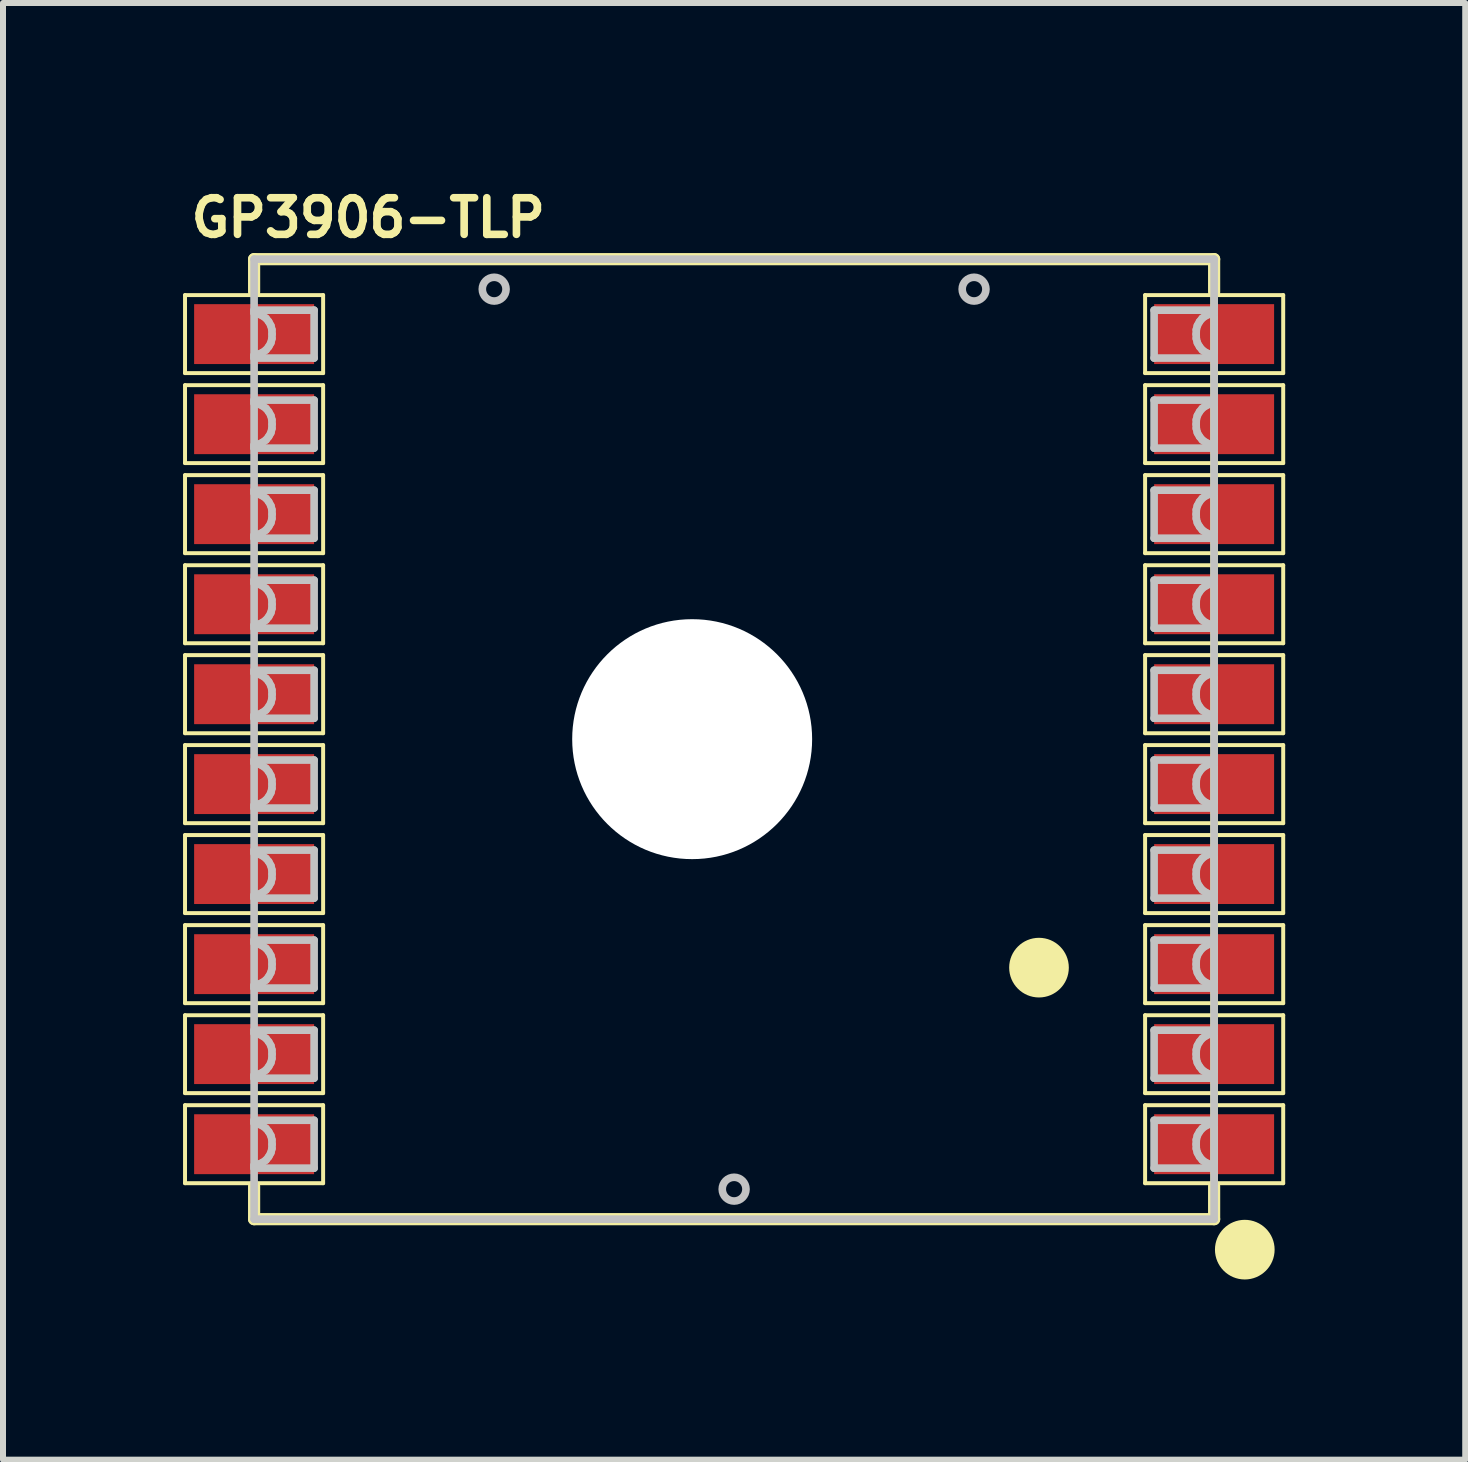
<source format=kicad_pcb>
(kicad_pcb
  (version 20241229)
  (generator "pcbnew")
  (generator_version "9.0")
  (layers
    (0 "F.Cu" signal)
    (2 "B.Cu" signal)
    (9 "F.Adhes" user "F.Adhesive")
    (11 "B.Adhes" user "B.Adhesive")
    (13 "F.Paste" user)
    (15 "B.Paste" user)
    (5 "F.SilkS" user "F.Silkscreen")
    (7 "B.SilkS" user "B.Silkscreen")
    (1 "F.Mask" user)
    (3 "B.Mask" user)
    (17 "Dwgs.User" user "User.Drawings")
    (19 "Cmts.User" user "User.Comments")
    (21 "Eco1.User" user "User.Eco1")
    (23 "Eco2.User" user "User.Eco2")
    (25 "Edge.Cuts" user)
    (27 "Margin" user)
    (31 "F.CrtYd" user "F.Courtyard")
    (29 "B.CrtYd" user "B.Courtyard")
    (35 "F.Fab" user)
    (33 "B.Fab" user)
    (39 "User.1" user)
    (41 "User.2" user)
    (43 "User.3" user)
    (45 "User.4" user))
  (footprint "GP3906-TLP"
    (layer "F.Cu")
    (at 9.182 9.266)
    (property "Reference" "GP3906-TLP" (at -6.096 -8.687 0) (layer "F.SilkS") (effects (font (size 0.61 0.61) (thickness 0.127))))
    (attr smd)
    (fp_line (start -9.149 -7.399) (end -6.848 -7.399) (stroke (width 0.066) (type solid)) (layer "F.SilkS"))
    (fp_line (start -9.149 -6.099) (end -9.149 -7.399) (stroke (width 0.066) (type solid)) (layer "F.SilkS"))
    (fp_line (start -9.149 -6.099) (end -6.848 -6.099) (stroke (width 0.066) (type solid)) (layer "F.SilkS"))
    (fp_line (start -9.149 -5.898) (end -6.848 -5.898) (stroke (width 0.066) (type solid)) (layer "F.SilkS"))
    (fp_line (start -9.149 -4.6) (end -9.149 -5.898) (stroke (width 0.066) (type solid)) (layer "F.SilkS"))
    (fp_line (start -9.149 -4.6) (end -6.848 -4.6) (stroke (width 0.066) (type solid)) (layer "F.SilkS"))
    (fp_line (start -9.149 -4.399) (end -6.848 -4.399) (stroke (width 0.066) (type solid)) (layer "F.SilkS"))
    (fp_line (start -9.149 -3.099) (end -9.149 -4.399) (stroke (width 0.066) (type solid)) (layer "F.SilkS"))
    (fp_line (start -9.149 -3.099) (end -6.848 -3.099) (stroke (width 0.066) (type solid)) (layer "F.SilkS"))
    (fp_line (start -9.149 -2.898) (end -6.848 -2.898) (stroke (width 0.066) (type solid)) (layer "F.SilkS"))
    (fp_line (start -9.149 -1.598) (end -9.149 -2.898) (stroke (width 0.066) (type solid)) (layer "F.SilkS"))
    (fp_line (start -9.149 -1.598) (end -6.848 -1.598) (stroke (width 0.066) (type solid)) (layer "F.SilkS"))
    (fp_line (start -9.149 -1.4) (end -6.848 -1.4) (stroke (width 0.066) (type solid)) (layer "F.SilkS"))
    (fp_line (start -9.149 -0.099) (end -9.149 -1.4) (stroke (width 0.066) (type solid)) (layer "F.SilkS"))
    (fp_line (start -9.149 -0.099) (end -6.848 -0.099) (stroke (width 0.066) (type solid)) (layer "F.SilkS"))
    (fp_line (start -9.149 0.099) (end -6.848 0.099) (stroke (width 0.066) (type solid)) (layer "F.SilkS"))
    (fp_line (start -9.149 1.4) (end -9.149 0.099) (stroke (width 0.066) (type solid)) (layer "F.SilkS"))
    (fp_line (start -9.149 1.4) (end -6.848 1.4) (stroke (width 0.066) (type solid)) (layer "F.SilkS"))
    (fp_line (start -9.149 1.598) (end -6.848 1.598) (stroke (width 0.066) (type solid)) (layer "F.SilkS"))
    (fp_line (start -9.149 2.898) (end -9.149 1.598) (stroke (width 0.066) (type solid)) (layer "F.SilkS"))
    (fp_line (start -9.149 2.898) (end -6.848 2.898) (stroke (width 0.066) (type solid)) (layer "F.SilkS"))
    (fp_line (start -9.149 3.099) (end -6.848 3.099) (stroke (width 0.066) (type solid)) (layer "F.SilkS"))
    (fp_line (start -9.149 4.399) (end -9.149 3.099) (stroke (width 0.066) (type solid)) (layer "F.SilkS"))
    (fp_line (start -9.149 4.399) (end -6.848 4.399) (stroke (width 0.066) (type solid)) (layer "F.SilkS"))
    (fp_line (start -9.149 4.6) (end -6.848 4.6) (stroke (width 0.066) (type solid)) (layer "F.SilkS"))
    (fp_line (start -9.149 5.898) (end -9.149 4.6) (stroke (width 0.066) (type solid)) (layer "F.SilkS"))
    (fp_line (start -9.149 5.898) (end -6.848 5.898) (stroke (width 0.066) (type solid)) (layer "F.SilkS"))
    (fp_line (start -9.149 6.099) (end -6.848 6.099) (stroke (width 0.066) (type solid)) (layer "F.SilkS"))
    (fp_line (start -9.149 7.399) (end -9.149 6.099) (stroke (width 0.066) (type solid)) (layer "F.SilkS"))
    (fp_line (start -9.149 7.399) (end -6.848 7.399) (stroke (width 0.066) (type solid)) (layer "F.SilkS"))
    (fp_line (start -7.998 -7.998) (end -7.998 -7.45) (stroke (width 0.203) (type solid)) (layer "F.SilkS"))
    (fp_line (start -7.998 -7.998) (end 7.998 -7.998) (stroke (width 0.203) (type solid)) (layer "F.SilkS"))
    (fp_line (start -7.998 7.998) (end -7.998 7.45) (stroke (width 0.203) (type solid)) (layer "F.SilkS"))
    (fp_line (start -6.848 -6.099) (end -6.848 -7.399) (stroke (width 0.066) (type solid)) (layer "F.SilkS"))
    (fp_line (start -6.848 -4.6) (end -6.848 -5.898) (stroke (width 0.066) (type solid)) (layer "F.SilkS"))
    (fp_line (start -6.848 -3.099) (end -6.848 -4.399) (stroke (width 0.066) (type solid)) (layer "F.SilkS"))
    (fp_line (start -6.848 -1.598) (end -6.848 -2.898) (stroke (width 0.066) (type solid)) (layer "F.SilkS"))
    (fp_line (start -6.848 -0.099) (end -6.848 -1.4) (stroke (width 0.066) (type solid)) (layer "F.SilkS"))
    (fp_line (start -6.848 1.4) (end -6.848 0.099) (stroke (width 0.066) (type solid)) (layer "F.SilkS"))
    (fp_line (start -6.848 2.898) (end -6.848 1.598) (stroke (width 0.066) (type solid)) (layer "F.SilkS"))
    (fp_line (start -6.848 4.399) (end -6.848 3.099) (stroke (width 0.066) (type solid)) (layer "F.SilkS"))
    (fp_line (start -6.848 5.898) (end -6.848 4.6) (stroke (width 0.066) (type solid)) (layer "F.SilkS"))
    (fp_line (start -6.848 7.399) (end -6.848 6.099) (stroke (width 0.066) (type solid)) (layer "F.SilkS"))
    (fp_line (start 6.848 -7.399) (end 9.149 -7.399) (stroke (width 0.066) (type solid)) (layer "F.SilkS"))
    (fp_line (start 6.848 -6.099) (end 6.848 -7.399) (stroke (width 0.066) (type solid)) (layer "F.SilkS"))
    (fp_line (start 6.848 -6.099) (end 9.149 -6.099) (stroke (width 0.066) (type solid)) (layer "F.SilkS"))
    (fp_line (start 6.848 -5.898) (end 9.149 -5.898) (stroke (width 0.066) (type solid)) (layer "F.SilkS"))
    (fp_line (start 6.848 -4.6) (end 6.848 -5.898) (stroke (width 0.066) (type solid)) (layer "F.SilkS"))
    (fp_line (start 6.848 -4.6) (end 9.149 -4.6) (stroke (width 0.066) (type solid)) (layer "F.SilkS"))
    (fp_line (start 6.848 -4.399) (end 9.149 -4.399) (stroke (width 0.066) (type solid)) (layer "F.SilkS"))
    (fp_line (start 6.848 -3.099) (end 6.848 -4.399) (stroke (width 0.066) (type solid)) (layer "F.SilkS"))
    (fp_line (start 6.848 -3.099) (end 9.149 -3.099) (stroke (width 0.066) (type solid)) (layer "F.SilkS"))
    (fp_line (start 6.848 -2.898) (end 9.149 -2.898) (stroke (width 0.066) (type solid)) (layer "F.SilkS"))
    (fp_line (start 6.848 -1.598) (end 6.848 -2.898) (stroke (width 0.066) (type solid)) (layer "F.SilkS"))
    (fp_line (start 6.848 -1.598) (end 9.149 -1.598) (stroke (width 0.066) (type solid)) (layer "F.SilkS"))
    (fp_line (start 6.848 -1.4) (end 9.149 -1.4) (stroke (width 0.066) (type solid)) (layer "F.SilkS"))
    (fp_line (start 6.848 -0.099) (end 6.848 -1.4) (stroke (width 0.066) (type solid)) (layer "F.SilkS"))
    (fp_line (start 6.848 -0.099) (end 9.149 -0.099) (stroke (width 0.066) (type solid)) (layer "F.SilkS"))
    (fp_line (start 6.848 0.099) (end 9.149 0.099) (stroke (width 0.066) (type solid)) (layer "F.SilkS"))
    (fp_line (start 6.848 1.4) (end 6.848 0.099) (stroke (width 0.066) (type solid)) (layer "F.SilkS"))
    (fp_line (start 6.848 1.4) (end 9.149 1.4) (stroke (width 0.066) (type solid)) (layer "F.SilkS"))
    (fp_line (start 6.848 1.598) (end 9.149 1.598) (stroke (width 0.066) (type solid)) (layer "F.SilkS"))
    (fp_line (start 6.848 2.898) (end 6.848 1.598) (stroke (width 0.066) (type solid)) (layer "F.SilkS"))
    (fp_line (start 6.848 2.898) (end 9.149 2.898) (stroke (width 0.066) (type solid)) (layer "F.SilkS"))
    (fp_line (start 6.848 3.099) (end 9.149 3.099) (stroke (width 0.066) (type solid)) (layer "F.SilkS"))
    (fp_line (start 6.848 4.399) (end 6.848 3.099) (stroke (width 0.066) (type solid)) (layer "F.SilkS"))
    (fp_line (start 6.848 4.399) (end 9.149 4.399) (stroke (width 0.066) (type solid)) (layer "F.SilkS"))
    (fp_line (start 6.848 4.6) (end 9.149 4.6) (stroke (width 0.066) (type solid)) (layer "F.SilkS"))
    (fp_line (start 6.848 5.898) (end 6.848 4.6) (stroke (width 0.066) (type solid)) (layer "F.SilkS"))
    (fp_line (start 6.848 5.898) (end 9.149 5.898) (stroke (width 0.066) (type solid)) (layer "F.SilkS"))
    (fp_line (start 6.848 6.099) (end 9.149 6.099) (stroke (width 0.066) (type solid)) (layer "F.SilkS"))
    (fp_line (start 6.848 7.399) (end 6.848 6.099) (stroke (width 0.066) (type solid)) (layer "F.SilkS"))
    (fp_line (start 6.848 7.399) (end 9.149 7.399) (stroke (width 0.066) (type solid)) (layer "F.SilkS"))
    (fp_line (start 7.998 -7.998) (end 7.998 -7.45) (stroke (width 0.203) (type solid)) (layer "F.SilkS"))
    (fp_line (start 7.998 -7.45) (end 7.998 7.45) (stroke (width 0.127) (type solid)) (layer "F.SilkS"))
    (fp_line (start 7.998 7.998) (end -7.998 7.998) (stroke (width 0.203) (type solid)) (layer "F.SilkS"))
    (fp_line (start 7.998 7.998) (end 7.998 7.45) (stroke (width 0.203) (type solid)) (layer "F.SilkS"))
    (fp_line (start 9.149 -6.099) (end 9.149 -7.399) (stroke (width 0.066) (type solid)) (layer "F.SilkS"))
    (fp_line (start 9.149 -4.6) (end 9.149 -5.898) (stroke (width 0.066) (type solid)) (layer "F.SilkS"))
    (fp_line (start 9.149 -3.099) (end 9.149 -4.399) (stroke (width 0.066) (type solid)) (layer "F.SilkS"))
    (fp_line (start 9.149 -1.598) (end 9.149 -2.898) (stroke (width 0.066) (type solid)) (layer "F.SilkS"))
    (fp_line (start 9.149 -0.099) (end 9.149 -1.4) (stroke (width 0.066) (type solid)) (layer "F.SilkS"))
    (fp_line (start 9.149 1.4) (end 9.149 0.099) (stroke (width 0.066) (type solid)) (layer "F.SilkS"))
    (fp_line (start 9.149 2.898) (end 9.149 1.598) (stroke (width 0.066) (type solid)) (layer "F.SilkS"))
    (fp_line (start 9.149 4.399) (end 9.149 3.099) (stroke (width 0.066) (type solid)) (layer "F.SilkS"))
    (fp_line (start 9.149 5.898) (end 9.149 4.6) (stroke (width 0.066) (type solid)) (layer "F.SilkS"))
    (fp_line (start 9.149 7.399) (end 9.149 6.099) (stroke (width 0.066) (type solid)) (layer "F.SilkS"))
    (fp_circle (center 5.08 3.807) (end 5.08 3.31) (stroke (width 0) (type solid)) (fill yes) (layer "F.SilkS"))
    (fp_circle (center 8.509 8.506) (end 8.509 8.009) (stroke (width 0) (type solid)) (fill yes) (layer "F.SilkS"))
    (fp_line (start -7.998 -7.998) (end 7.998 -7.998) (stroke (width 0.127) (type solid)) (layer "Dwgs.User"))
    (fp_line (start -7.998 -7.148) (end -6.998 -7.148) (stroke (width 0.127) (type solid)) (layer "Dwgs.User"))
    (fp_line (start -7.998 -7.099) (end -7.998 -7.148) (stroke (width 0.127) (type solid)) (layer "Dwgs.User"))
    (fp_line (start -7.998 -6.398) (end -7.927 -6.413) (stroke (width 0.127) (type solid)) (layer "Dwgs.User"))
    (fp_line (start -7.998 -6.35) (end -7.998 -6.398) (stroke (width 0.127) (type solid)) (layer "Dwgs.User"))
    (fp_line (start -7.998 -5.649) (end -6.998 -5.649) (stroke (width 0.127) (type solid)) (layer "Dwgs.User"))
    (fp_line (start -7.998 -5.598) (end -7.998 -5.649) (stroke (width 0.127) (type solid)) (layer "Dwgs.User"))
    (fp_line (start -7.998 -4.9) (end -7.927 -4.912) (stroke (width 0.127) (type solid)) (layer "Dwgs.User"))
    (fp_line (start -7.998 -4.849) (end -7.998 -4.9) (stroke (width 0.127) (type solid)) (layer "Dwgs.User"))
    (fp_line (start -7.998 -4.148) (end -6.998 -4.148) (stroke (width 0.127) (type solid)) (layer "Dwgs.User"))
    (fp_line (start -7.998 -4.1) (end -7.998 -4.148) (stroke (width 0.127) (type solid)) (layer "Dwgs.User"))
    (fp_line (start -7.998 -3.399) (end -7.927 -3.411) (stroke (width 0.127) (type solid)) (layer "Dwgs.User"))
    (fp_line (start -7.998 -3.348) (end -7.998 -3.399) (stroke (width 0.127) (type solid)) (layer "Dwgs.User"))
    (fp_line (start -7.998 -2.649) (end -6.998 -2.649) (stroke (width 0.127) (type solid)) (layer "Dwgs.User"))
    (fp_line (start -7.998 -2.598) (end -7.998 -2.649) (stroke (width 0.127) (type solid)) (layer "Dwgs.User"))
    (fp_line (start -7.998 -1.9) (end -7.927 -1.913) (stroke (width 0.127) (type solid)) (layer "Dwgs.User"))
    (fp_line (start -7.998 -1.849) (end -7.998 -1.9) (stroke (width 0.127) (type solid)) (layer "Dwgs.User"))
    (fp_line (start -7.998 -1.148) (end -6.998 -1.148) (stroke (width 0.127) (type solid)) (layer "Dwgs.User"))
    (fp_line (start -7.998 -1.1) (end -7.998 -1.148) (stroke (width 0.127) (type solid)) (layer "Dwgs.User"))
    (fp_line (start -7.998 -0.399) (end -7.927 -0.411) (stroke (width 0.127) (type solid)) (layer "Dwgs.User"))
    (fp_line (start -7.998 -0.348) (end -7.998 -0.399) (stroke (width 0.127) (type solid)) (layer "Dwgs.User"))
    (fp_line (start -7.998 0.348) (end -6.998 0.348) (stroke (width 0.127) (type solid)) (layer "Dwgs.User"))
    (fp_line (start -7.998 0.399) (end -7.998 0.348) (stroke (width 0.127) (type solid)) (layer "Dwgs.User"))
    (fp_line (start -7.998 1.1) (end -7.927 1.085) (stroke (width 0.127) (type solid)) (layer "Dwgs.User"))
    (fp_line (start -7.998 1.148) (end -7.998 1.1) (stroke (width 0.127) (type solid)) (layer "Dwgs.User"))
    (fp_line (start -7.998 1.849) (end -6.998 1.849) (stroke (width 0.127) (type solid)) (layer "Dwgs.User"))
    (fp_line (start -7.998 1.9) (end -7.998 1.849) (stroke (width 0.127) (type solid)) (layer "Dwgs.User"))
    (fp_line (start -7.998 2.598) (end -7.927 2.586) (stroke (width 0.127) (type solid)) (layer "Dwgs.User"))
    (fp_line (start -7.998 2.649) (end -7.998 2.598) (stroke (width 0.127) (type solid)) (layer "Dwgs.User"))
    (fp_line (start -7.998 3.348) (end -6.998 3.348) (stroke (width 0.127) (type solid)) (layer "Dwgs.User"))
    (fp_line (start -7.998 3.399) (end -7.998 3.348) (stroke (width 0.127) (type solid)) (layer "Dwgs.User"))
    (fp_line (start -7.998 4.1) (end -7.927 4.084) (stroke (width 0.127) (type solid)) (layer "Dwgs.User"))
    (fp_line (start -7.998 4.148) (end -7.998 4.1) (stroke (width 0.127) (type solid)) (layer "Dwgs.User"))
    (fp_line (start -7.998 4.849) (end -6.998 4.849) (stroke (width 0.127) (type solid)) (layer "Dwgs.User"))
    (fp_line (start -7.998 4.9) (end -7.998 4.849) (stroke (width 0.127) (type solid)) (layer "Dwgs.User"))
    (fp_line (start -7.998 5.598) (end -7.927 5.585) (stroke (width 0.127) (type solid)) (layer "Dwgs.User"))
    (fp_line (start -7.998 5.649) (end -7.998 5.598) (stroke (width 0.127) (type solid)) (layer "Dwgs.User"))
    (fp_line (start -7.998 6.35) (end -6.998 6.35) (stroke (width 0.127) (type solid)) (layer "Dwgs.User"))
    (fp_line (start -7.998 6.398) (end -7.998 6.35) (stroke (width 0.127) (type solid)) (layer "Dwgs.User"))
    (fp_line (start -7.998 7.099) (end -7.927 7.084) (stroke (width 0.127) (type solid)) (layer "Dwgs.User"))
    (fp_line (start -7.998 7.148) (end -7.998 7.099) (stroke (width 0.127) (type solid)) (layer "Dwgs.User"))
    (fp_line (start -7.998 7.998) (end -7.998 -7.998) (stroke (width 0.127) (type solid)) (layer "Dwgs.User"))
    (fp_line (start -7.927 -7.084) (end -7.998 -7.099) (stroke (width 0.127) (type solid)) (layer "Dwgs.User"))
    (fp_line (start -7.927 -6.413) (end -7.861 -6.441) (stroke (width 0.127) (type solid)) (layer "Dwgs.User"))
    (fp_line (start -7.927 -5.585) (end -7.998 -5.598) (stroke (width 0.127) (type solid)) (layer "Dwgs.User"))
    (fp_line (start -7.927 -4.912) (end -7.861 -4.943) (stroke (width 0.127) (type solid)) (layer "Dwgs.User"))
    (fp_line (start -7.927 -4.084) (end -7.998 -4.1) (stroke (width 0.127) (type solid)) (layer "Dwgs.User"))
    (fp_line (start -7.927 -3.411) (end -7.861 -3.442) (stroke (width 0.127) (type solid)) (layer "Dwgs.User"))
    (fp_line (start -7.927 -2.586) (end -7.998 -2.598) (stroke (width 0.127) (type solid)) (layer "Dwgs.User"))
    (fp_line (start -7.927 -1.913) (end -7.861 -1.941) (stroke (width 0.127) (type solid)) (layer "Dwgs.User"))
    (fp_line (start -7.927 -1.085) (end -7.998 -1.1) (stroke (width 0.127) (type solid)) (layer "Dwgs.User"))
    (fp_line (start -7.927 -0.411) (end -7.861 -0.442) (stroke (width 0.127) (type solid)) (layer "Dwgs.User"))
    (fp_line (start -7.927 0.411) (end -7.998 0.399) (stroke (width 0.127) (type solid)) (layer "Dwgs.User"))
    (fp_line (start -7.927 1.085) (end -7.861 1.057) (stroke (width 0.127) (type solid)) (layer "Dwgs.User"))
    (fp_line (start -7.927 1.913) (end -7.998 1.9) (stroke (width 0.127) (type solid)) (layer "Dwgs.User"))
    (fp_line (start -7.927 2.586) (end -7.861 2.555) (stroke (width 0.127) (type solid)) (layer "Dwgs.User"))
    (fp_line (start -7.927 3.411) (end -7.998 3.399) (stroke (width 0.127) (type solid)) (layer "Dwgs.User"))
    (fp_line (start -7.927 4.084) (end -7.861 4.056) (stroke (width 0.127) (type solid)) (layer "Dwgs.User"))
    (fp_line (start -7.927 4.912) (end -7.998 4.9) (stroke (width 0.127) (type solid)) (layer "Dwgs.User"))
    (fp_line (start -7.927 5.585) (end -7.861 5.555) (stroke (width 0.127) (type solid)) (layer "Dwgs.User"))
    (fp_line (start -7.927 6.413) (end -7.998 6.398) (stroke (width 0.127) (type solid)) (layer "Dwgs.User"))
    (fp_line (start -7.927 7.084) (end -7.861 7.056) (stroke (width 0.127) (type solid)) (layer "Dwgs.User"))
    (fp_line (start -7.861 -7.056) (end -7.927 -7.084) (stroke (width 0.127) (type solid)) (layer "Dwgs.User"))
    (fp_line (start -7.861 -6.441) (end -7.8 -6.485) (stroke (width 0.127) (type solid)) (layer "Dwgs.User"))
    (fp_line (start -7.861 -5.555) (end -7.927 -5.585) (stroke (width 0.127) (type solid)) (layer "Dwgs.User"))
    (fp_line (start -7.861 -4.943) (end -7.8 -4.986) (stroke (width 0.127) (type solid)) (layer "Dwgs.User"))
    (fp_line (start -7.861 -4.056) (end -7.927 -4.084) (stroke (width 0.127) (type solid)) (layer "Dwgs.User"))
    (fp_line (start -7.861 -3.442) (end -7.8 -3.485) (stroke (width 0.127) (type solid)) (layer "Dwgs.User"))
    (fp_line (start -7.861 -2.555) (end -7.927 -2.586) (stroke (width 0.127) (type solid)) (layer "Dwgs.User"))
    (fp_line (start -7.861 -1.941) (end -7.8 -1.986) (stroke (width 0.127) (type solid)) (layer "Dwgs.User"))
    (fp_line (start -7.861 -1.057) (end -7.927 -1.085) (stroke (width 0.127) (type solid)) (layer "Dwgs.User"))
    (fp_line (start -7.861 -0.442) (end -7.8 -0.485) (stroke (width 0.127) (type solid)) (layer "Dwgs.User"))
    (fp_line (start -7.861 0.442) (end -7.927 0.411) (stroke (width 0.127) (type solid)) (layer "Dwgs.User"))
    (fp_line (start -7.861 1.057) (end -7.8 1.013) (stroke (width 0.127) (type solid)) (layer "Dwgs.User"))
    (fp_line (start -7.861 1.941) (end -7.927 1.913) (stroke (width 0.127) (type solid)) (layer "Dwgs.User"))
    (fp_line (start -7.861 2.555) (end -7.8 2.512) (stroke (width 0.127) (type solid)) (layer "Dwgs.User"))
    (fp_line (start -7.861 3.442) (end -7.927 3.411) (stroke (width 0.127) (type solid)) (layer "Dwgs.User"))
    (fp_line (start -7.861 4.056) (end -7.8 4.013) (stroke (width 0.127) (type solid)) (layer "Dwgs.User"))
    (fp_line (start -7.861 4.943) (end -7.927 4.912) (stroke (width 0.127) (type solid)) (layer "Dwgs.User"))
    (fp_line (start -7.861 5.555) (end -7.8 5.512) (stroke (width 0.127) (type solid)) (layer "Dwgs.User"))
    (fp_line (start -7.861 6.441) (end -7.927 6.413) (stroke (width 0.127) (type solid)) (layer "Dwgs.User"))
    (fp_line (start -7.861 7.056) (end -7.8 7.013) (stroke (width 0.127) (type solid)) (layer "Dwgs.User"))
    (fp_line (start -7.8 -7.013) (end -7.861 -7.056) (stroke (width 0.127) (type solid)) (layer "Dwgs.User"))
    (fp_line (start -7.8 -6.485) (end -7.755 -6.54) (stroke (width 0.127) (type solid)) (layer "Dwgs.User"))
    (fp_line (start -7.8 -5.512) (end -7.861 -5.555) (stroke (width 0.127) (type solid)) (layer "Dwgs.User"))
    (fp_line (start -7.8 -4.986) (end -7.755 -5.042) (stroke (width 0.127) (type solid)) (layer "Dwgs.User"))
    (fp_line (start -7.8 -4.013) (end -7.861 -4.056) (stroke (width 0.127) (type solid)) (layer "Dwgs.User"))
    (fp_line (start -7.8 -3.485) (end -7.755 -3.541) (stroke (width 0.127) (type solid)) (layer "Dwgs.User"))
    (fp_line (start -7.8 -2.512) (end -7.861 -2.555) (stroke (width 0.127) (type solid)) (layer "Dwgs.User"))
    (fp_line (start -7.8 -1.986) (end -7.755 -2.04) (stroke (width 0.127) (type solid)) (layer "Dwgs.User"))
    (fp_line (start -7.8 -1.013) (end -7.861 -1.057) (stroke (width 0.127) (type solid)) (layer "Dwgs.User"))
    (fp_line (start -7.8 -0.485) (end -7.755 -0.541) (stroke (width 0.127) (type solid)) (layer "Dwgs.User"))
    (fp_line (start -7.8 0.485) (end -7.861 0.442) (stroke (width 0.127) (type solid)) (layer "Dwgs.User"))
    (fp_line (start -7.8 1.013) (end -7.755 0.958) (stroke (width 0.127) (type solid)) (layer "Dwgs.User"))
    (fp_line (start -7.8 1.986) (end -7.861 1.941) (stroke (width 0.127) (type solid)) (layer "Dwgs.User"))
    (fp_line (start -7.8 2.512) (end -7.755 2.456) (stroke (width 0.127) (type solid)) (layer "Dwgs.User"))
    (fp_line (start -7.8 3.485) (end -7.861 3.442) (stroke (width 0.127) (type solid)) (layer "Dwgs.User"))
    (fp_line (start -7.8 4.013) (end -7.755 3.957) (stroke (width 0.127) (type solid)) (layer "Dwgs.User"))
    (fp_line (start -7.8 4.986) (end -7.861 4.943) (stroke (width 0.127) (type solid)) (layer "Dwgs.User"))
    (fp_line (start -7.8 5.512) (end -7.755 5.456) (stroke (width 0.127) (type solid)) (layer "Dwgs.User"))
    (fp_line (start -7.8 6.485) (end -7.861 6.441) (stroke (width 0.127) (type solid)) (layer "Dwgs.User"))
    (fp_line (start -7.8 7.013) (end -7.755 6.957) (stroke (width 0.127) (type solid)) (layer "Dwgs.User"))
    (fp_line (start -7.755 -6.957) (end -7.8 -7.013) (stroke (width 0.127) (type solid)) (layer "Dwgs.User"))
    (fp_line (start -7.755 -6.54) (end -7.719 -6.604) (stroke (width 0.127) (type solid)) (layer "Dwgs.User"))
    (fp_line (start -7.755 -5.456) (end -7.8 -5.512) (stroke (width 0.127) (type solid)) (layer "Dwgs.User"))
    (fp_line (start -7.755 -5.042) (end -7.719 -5.105) (stroke (width 0.127) (type solid)) (layer "Dwgs.User"))
    (fp_line (start -7.755 -3.957) (end -7.8 -4.013) (stroke (width 0.127) (type solid)) (layer "Dwgs.User"))
    (fp_line (start -7.755 -3.541) (end -7.719 -3.604) (stroke (width 0.127) (type solid)) (layer "Dwgs.User"))
    (fp_line (start -7.755 -2.456) (end -7.8 -2.512) (stroke (width 0.127) (type solid)) (layer "Dwgs.User"))
    (fp_line (start -7.755 -2.04) (end -7.719 -2.106) (stroke (width 0.127) (type solid)) (layer "Dwgs.User"))
    (fp_line (start -7.755 -0.958) (end -7.8 -1.013) (stroke (width 0.127) (type solid)) (layer "Dwgs.User"))
    (fp_line (start -7.755 -0.541) (end -7.719 -0.605) (stroke (width 0.127) (type solid)) (layer "Dwgs.User"))
    (fp_line (start -7.755 0.541) (end -7.8 0.485) (stroke (width 0.127) (type solid)) (layer "Dwgs.User"))
    (fp_line (start -7.755 0.958) (end -7.719 0.892) (stroke (width 0.127) (type solid)) (layer "Dwgs.User"))
    (fp_line (start -7.755 2.04) (end -7.8 1.986) (stroke (width 0.127) (type solid)) (layer "Dwgs.User"))
    (fp_line (start -7.755 2.456) (end -7.719 2.393) (stroke (width 0.127) (type solid)) (layer "Dwgs.User"))
    (fp_line (start -7.755 3.541) (end -7.8 3.485) (stroke (width 0.127) (type solid)) (layer "Dwgs.User"))
    (fp_line (start -7.755 3.957) (end -7.719 3.891) (stroke (width 0.127) (type solid)) (layer "Dwgs.User"))
    (fp_line (start -7.755 5.042) (end -7.8 4.986) (stroke (width 0.127) (type solid)) (layer "Dwgs.User"))
    (fp_line (start -7.755 5.456) (end -7.719 5.392) (stroke (width 0.127) (type solid)) (layer "Dwgs.User"))
    (fp_line (start -7.755 6.54) (end -7.8 6.485) (stroke (width 0.127) (type solid)) (layer "Dwgs.User"))
    (fp_line (start -7.755 6.957) (end -7.719 6.891) (stroke (width 0.127) (type solid)) (layer "Dwgs.User"))
    (fp_line (start -7.719 -6.891) (end -7.755 -6.957) (stroke (width 0.127) (type solid)) (layer "Dwgs.User"))
    (fp_line (start -7.719 -6.604) (end -7.701 -6.675) (stroke (width 0.127) (type solid)) (layer "Dwgs.User"))
    (fp_line (start -7.719 -5.392) (end -7.755 -5.456) (stroke (width 0.127) (type solid)) (layer "Dwgs.User"))
    (fp_line (start -7.719 -5.105) (end -7.701 -5.177) (stroke (width 0.127) (type solid)) (layer "Dwgs.User"))
    (fp_line (start -7.719 -3.891) (end -7.755 -3.957) (stroke (width 0.127) (type solid)) (layer "Dwgs.User"))
    (fp_line (start -7.719 -3.604) (end -7.701 -3.675) (stroke (width 0.127) (type solid)) (layer "Dwgs.User"))
    (fp_line (start -7.719 -2.393) (end -7.755 -2.456) (stroke (width 0.127) (type solid)) (layer "Dwgs.User"))
    (fp_line (start -7.719 -2.106) (end -7.701 -2.177) (stroke (width 0.127) (type solid)) (layer "Dwgs.User"))
    (fp_line (start -7.719 -0.892) (end -7.755 -0.958) (stroke (width 0.127) (type solid)) (layer "Dwgs.User"))
    (fp_line (start -7.719 -0.605) (end -7.701 -0.676) (stroke (width 0.127) (type solid)) (layer "Dwgs.User"))
    (fp_line (start -7.719 0.605) (end -7.755 0.541) (stroke (width 0.127) (type solid)) (layer "Dwgs.User"))
    (fp_line (start -7.719 0.892) (end -7.701 0.82) (stroke (width 0.127) (type solid)) (layer "Dwgs.User"))
    (fp_line (start -7.719 2.106) (end -7.755 2.04) (stroke (width 0.127) (type solid)) (layer "Dwgs.User"))
    (fp_line (start -7.719 2.393) (end -7.701 2.322) (stroke (width 0.127) (type solid)) (layer "Dwgs.User"))
    (fp_line (start -7.719 3.604) (end -7.755 3.541) (stroke (width 0.127) (type solid)) (layer "Dwgs.User"))
    (fp_line (start -7.719 3.891) (end -7.701 3.823) (stroke (width 0.127) (type solid)) (layer "Dwgs.User"))
    (fp_line (start -7.719 5.105) (end -7.755 5.042) (stroke (width 0.127) (type solid)) (layer "Dwgs.User"))
    (fp_line (start -7.719 5.392) (end -7.701 5.321) (stroke (width 0.127) (type solid)) (layer "Dwgs.User"))
    (fp_line (start -7.719 6.604) (end -7.755 6.54) (stroke (width 0.127) (type solid)) (layer "Dwgs.User"))
    (fp_line (start -7.719 6.891) (end -7.701 6.822) (stroke (width 0.127) (type solid)) (layer "Dwgs.User"))
    (fp_line (start -7.701 -6.822) (end -7.719 -6.891) (stroke (width 0.127) (type solid)) (layer "Dwgs.User"))
    (fp_line (start -7.701 -6.675) (end -7.699 -6.749) (stroke (width 0.127) (type solid)) (layer "Dwgs.User"))
    (fp_line (start -7.701 -5.321) (end -7.719 -5.392) (stroke (width 0.127) (type solid)) (layer "Dwgs.User"))
    (fp_line (start -7.701 -5.177) (end -7.699 -5.248) (stroke (width 0.127) (type solid)) (layer "Dwgs.User"))
    (fp_line (start -7.701 -3.823) (end -7.719 -3.891) (stroke (width 0.127) (type solid)) (layer "Dwgs.User"))
    (fp_line (start -7.701 -3.675) (end -7.699 -3.749) (stroke (width 0.127) (type solid)) (layer "Dwgs.User"))
    (fp_line (start -7.701 -2.322) (end -7.719 -2.393) (stroke (width 0.127) (type solid)) (layer "Dwgs.User"))
    (fp_line (start -7.701 -2.177) (end -7.699 -2.248) (stroke (width 0.127) (type solid)) (layer "Dwgs.User"))
    (fp_line (start -7.701 -0.82) (end -7.719 -0.892) (stroke (width 0.127) (type solid)) (layer "Dwgs.User"))
    (fp_line (start -7.701 -0.676) (end -7.699 -0.749) (stroke (width 0.127) (type solid)) (layer "Dwgs.User"))
    (fp_line (start -7.701 0.676) (end -7.719 0.605) (stroke (width 0.127) (type solid)) (layer "Dwgs.User"))
    (fp_line (start -7.701 0.82) (end -7.699 0.749) (stroke (width 0.127) (type solid)) (layer "Dwgs.User"))
    (fp_line (start -7.701 2.177) (end -7.719 2.106) (stroke (width 0.127) (type solid)) (layer "Dwgs.User"))
    (fp_line (start -7.701 2.322) (end -7.699 2.248) (stroke (width 0.127) (type solid)) (layer "Dwgs.User"))
    (fp_line (start -7.701 3.675) (end -7.719 3.604) (stroke (width 0.127) (type solid)) (layer "Dwgs.User"))
    (fp_line (start -7.701 3.823) (end -7.699 3.749) (stroke (width 0.127) (type solid)) (layer "Dwgs.User"))
    (fp_line (start -7.701 5.177) (end -7.719 5.105) (stroke (width 0.127) (type solid)) (layer "Dwgs.User"))
    (fp_line (start -7.701 5.321) (end -7.699 5.248) (stroke (width 0.127) (type solid)) (layer "Dwgs.User"))
    (fp_line (start -7.701 6.675) (end -7.719 6.604) (stroke (width 0.127) (type solid)) (layer "Dwgs.User"))
    (fp_line (start -7.701 6.822) (end -7.699 6.749) (stroke (width 0.127) (type solid)) (layer "Dwgs.User"))
    (fp_line (start -7.699 -6.749) (end -7.701 -6.822) (stroke (width 0.127) (type solid)) (layer "Dwgs.User"))
    (fp_line (start -7.699 -5.248) (end -7.701 -5.321) (stroke (width 0.127) (type solid)) (layer "Dwgs.User"))
    (fp_line (start -7.699 -3.749) (end -7.701 -3.823) (stroke (width 0.127) (type solid)) (layer "Dwgs.User"))
    (fp_line (start -7.699 -2.248) (end -7.701 -2.322) (stroke (width 0.127) (type solid)) (layer "Dwgs.User"))
    (fp_line (start -7.699 -0.749) (end -7.701 -0.82) (stroke (width 0.127) (type solid)) (layer "Dwgs.User"))
    (fp_line (start -7.699 0.749) (end -7.701 0.676) (stroke (width 0.127) (type solid)) (layer "Dwgs.User"))
    (fp_line (start -7.699 2.248) (end -7.701 2.177) (stroke (width 0.127) (type solid)) (layer "Dwgs.User"))
    (fp_line (start -7.699 3.749) (end -7.701 3.675) (stroke (width 0.127) (type solid)) (layer "Dwgs.User"))
    (fp_line (start -7.699 5.248) (end -7.701 5.177) (stroke (width 0.127) (type solid)) (layer "Dwgs.User"))
    (fp_line (start -7.699 6.749) (end -7.701 6.675) (stroke (width 0.127) (type solid)) (layer "Dwgs.User"))
    (fp_line (start -6.998 -7.148) (end -6.998 -6.35) (stroke (width 0.127) (type solid)) (layer "Dwgs.User"))
    (fp_line (start -6.998 -6.35) (end -7.998 -6.35) (stroke (width 0.127) (type solid)) (layer "Dwgs.User"))
    (fp_line (start -6.998 -5.649) (end -6.998 -4.849) (stroke (width 0.127) (type solid)) (layer "Dwgs.User"))
    (fp_line (start -6.998 -4.849) (end -7.998 -4.849) (stroke (width 0.127) (type solid)) (layer "Dwgs.User"))
    (fp_line (start -6.998 -4.148) (end -6.998 -3.348) (stroke (width 0.127) (type solid)) (layer "Dwgs.User"))
    (fp_line (start -6.998 -3.348) (end -7.998 -3.348) (stroke (width 0.127) (type solid)) (layer "Dwgs.User"))
    (fp_line (start -6.998 -2.649) (end -6.998 -1.849) (stroke (width 0.127) (type solid)) (layer "Dwgs.User"))
    (fp_line (start -6.998 -1.849) (end -7.998 -1.849) (stroke (width 0.127) (type solid)) (layer "Dwgs.User"))
    (fp_line (start -6.998 -1.148) (end -6.998 -0.348) (stroke (width 0.127) (type solid)) (layer "Dwgs.User"))
    (fp_line (start -6.998 -0.348) (end -7.998 -0.348) (stroke (width 0.127) (type solid)) (layer "Dwgs.User"))
    (fp_line (start -6.998 0.348) (end -6.998 1.148) (stroke (width 0.127) (type solid)) (layer "Dwgs.User"))
    (fp_line (start -6.998 1.148) (end -7.998 1.148) (stroke (width 0.127) (type solid)) (layer "Dwgs.User"))
    (fp_line (start -6.998 1.849) (end -6.998 2.649) (stroke (width 0.127) (type solid)) (layer "Dwgs.User"))
    (fp_line (start -6.998 2.649) (end -7.998 2.649) (stroke (width 0.127) (type solid)) (layer "Dwgs.User"))
    (fp_line (start -6.998 3.348) (end -6.998 4.148) (stroke (width 0.127) (type solid)) (layer "Dwgs.User"))
    (fp_line (start -6.998 4.148) (end -7.998 4.148) (stroke (width 0.127) (type solid)) (layer "Dwgs.User"))
    (fp_line (start -6.998 4.849) (end -6.998 5.649) (stroke (width 0.127) (type solid)) (layer "Dwgs.User"))
    (fp_line (start -6.998 5.649) (end -7.998 5.649) (stroke (width 0.127) (type solid)) (layer "Dwgs.User"))
    (fp_line (start -6.998 6.35) (end -6.998 7.148) (stroke (width 0.127) (type solid)) (layer "Dwgs.User"))
    (fp_line (start -6.998 7.148) (end -7.998 7.148) (stroke (width 0.127) (type solid)) (layer "Dwgs.User"))
    (fp_line (start 6.998 -7.148) (end 7.998 -7.148) (stroke (width 0.127) (type solid)) (layer "Dwgs.User"))
    (fp_line (start 6.998 -6.35) (end 6.998 -7.148) (stroke (width 0.127) (type solid)) (layer "Dwgs.User"))
    (fp_line (start 6.998 -5.649) (end 7.998 -5.649) (stroke (width 0.127) (type solid)) (layer "Dwgs.User"))
    (fp_line (start 6.998 -4.849) (end 6.998 -5.649) (stroke (width 0.127) (type solid)) (layer "Dwgs.User"))
    (fp_line (start 6.998 -4.148) (end 7.998 -4.148) (stroke (width 0.127) (type solid)) (layer "Dwgs.User"))
    (fp_line (start 6.998 -3.348) (end 6.998 -4.148) (stroke (width 0.127) (type solid)) (layer "Dwgs.User"))
    (fp_line (start 6.998 -2.649) (end 7.998 -2.649) (stroke (width 0.127) (type solid)) (layer "Dwgs.User"))
    (fp_line (start 6.998 -1.849) (end 6.998 -2.649) (stroke (width 0.127) (type solid)) (layer "Dwgs.User"))
    (fp_line (start 6.998 -1.148) (end 7.998 -1.148) (stroke (width 0.127) (type solid)) (layer "Dwgs.User"))
    (fp_line (start 6.998 -0.348) (end 6.998 -1.148) (stroke (width 0.127) (type solid)) (layer "Dwgs.User"))
    (fp_line (start 6.998 0.348) (end 7.998 0.348) (stroke (width 0.127) (type solid)) (layer "Dwgs.User"))
    (fp_line (start 6.998 1.148) (end 6.998 0.348) (stroke (width 0.127) (type solid)) (layer "Dwgs.User"))
    (fp_line (start 6.998 1.849) (end 7.998 1.849) (stroke (width 0.127) (type solid)) (layer "Dwgs.User"))
    (fp_line (start 6.998 2.649) (end 6.998 1.849) (stroke (width 0.127) (type solid)) (layer "Dwgs.User"))
    (fp_line (start 6.998 3.348) (end 7.998 3.348) (stroke (width 0.127) (type solid)) (layer "Dwgs.User"))
    (fp_line (start 6.998 4.148) (end 6.998 3.348) (stroke (width 0.127) (type solid)) (layer "Dwgs.User"))
    (fp_line (start 6.998 4.849) (end 7.998 4.849) (stroke (width 0.127) (type solid)) (layer "Dwgs.User"))
    (fp_line (start 6.998 5.649) (end 6.998 4.849) (stroke (width 0.127) (type solid)) (layer "Dwgs.User"))
    (fp_line (start 6.998 6.35) (end 7.998 6.35) (stroke (width 0.127) (type solid)) (layer "Dwgs.User"))
    (fp_line (start 6.998 7.148) (end 6.998 6.35) (stroke (width 0.127) (type solid)) (layer "Dwgs.User"))
    (fp_line (start 7.699 -6.749) (end 7.701 -6.675) (stroke (width 0.127) (type solid)) (layer "Dwgs.User"))
    (fp_line (start 7.699 -5.248) (end 7.701 -5.177) (stroke (width 0.127) (type solid)) (layer "Dwgs.User"))
    (fp_line (start 7.699 -3.749) (end 7.701 -3.675) (stroke (width 0.127) (type solid)) (layer "Dwgs.User"))
    (fp_line (start 7.699 -2.248) (end 7.701 -2.177) (stroke (width 0.127) (type solid)) (layer "Dwgs.User"))
    (fp_line (start 7.699 -0.749) (end 7.701 -0.676) (stroke (width 0.127) (type solid)) (layer "Dwgs.User"))
    (fp_line (start 7.699 0.749) (end 7.701 0.82) (stroke (width 0.127) (type solid)) (layer "Dwgs.User"))
    (fp_line (start 7.699 2.248) (end 7.701 2.322) (stroke (width 0.127) (type solid)) (layer "Dwgs.User"))
    (fp_line (start 7.699 3.749) (end 7.701 3.823) (stroke (width 0.127) (type solid)) (layer "Dwgs.User"))
    (fp_line (start 7.699 5.248) (end 7.701 5.321) (stroke (width 0.127) (type solid)) (layer "Dwgs.User"))
    (fp_line (start 7.699 6.749) (end 7.701 6.822) (stroke (width 0.127) (type solid)) (layer "Dwgs.User"))
    (fp_line (start 7.701 -6.822) (end 7.699 -6.749) (stroke (width 0.127) (type solid)) (layer "Dwgs.User"))
    (fp_line (start 7.701 -6.675) (end 7.719 -6.604) (stroke (width 0.127) (type solid)) (layer "Dwgs.User"))
    (fp_line (start 7.701 -5.321) (end 7.699 -5.248) (stroke (width 0.127) (type solid)) (layer "Dwgs.User"))
    (fp_line (start 7.701 -5.177) (end 7.719 -5.105) (stroke (width 0.127) (type solid)) (layer "Dwgs.User"))
    (fp_line (start 7.701 -3.823) (end 7.699 -3.749) (stroke (width 0.127) (type solid)) (layer "Dwgs.User"))
    (fp_line (start 7.701 -3.675) (end 7.719 -3.604) (stroke (width 0.127) (type solid)) (layer "Dwgs.User"))
    (fp_line (start 7.701 -2.322) (end 7.699 -2.248) (stroke (width 0.127) (type solid)) (layer "Dwgs.User"))
    (fp_line (start 7.701 -2.177) (end 7.719 -2.106) (stroke (width 0.127) (type solid)) (layer "Dwgs.User"))
    (fp_line (start 7.701 -0.82) (end 7.699 -0.749) (stroke (width 0.127) (type solid)) (layer "Dwgs.User"))
    (fp_line (start 7.701 -0.676) (end 7.719 -0.605) (stroke (width 0.127) (type solid)) (layer "Dwgs.User"))
    (fp_line (start 7.701 0.676) (end 7.699 0.749) (stroke (width 0.127) (type solid)) (layer "Dwgs.User"))
    (fp_line (start 7.701 0.82) (end 7.719 0.892) (stroke (width 0.127) (type solid)) (layer "Dwgs.User"))
    (fp_line (start 7.701 2.177) (end 7.699 2.248) (stroke (width 0.127) (type solid)) (layer "Dwgs.User"))
    (fp_line (start 7.701 2.322) (end 7.719 2.393) (stroke (width 0.127) (type solid)) (layer "Dwgs.User"))
    (fp_line (start 7.701 3.675) (end 7.699 3.749) (stroke (width 0.127) (type solid)) (layer "Dwgs.User"))
    (fp_line (start 7.701 3.823) (end 7.719 3.891) (stroke (width 0.127) (type solid)) (layer "Dwgs.User"))
    (fp_line (start 7.701 5.177) (end 7.699 5.248) (stroke (width 0.127) (type solid)) (layer "Dwgs.User"))
    (fp_line (start 7.701 5.321) (end 7.719 5.392) (stroke (width 0.127) (type solid)) (layer "Dwgs.User"))
    (fp_line (start 7.701 6.675) (end 7.699 6.749) (stroke (width 0.127) (type solid)) (layer "Dwgs.User"))
    (fp_line (start 7.701 6.822) (end 7.719 6.891) (stroke (width 0.127) (type solid)) (layer "Dwgs.User"))
    (fp_line (start 7.719 -6.891) (end 7.701 -6.822) (stroke (width 0.127) (type solid)) (layer "Dwgs.User"))
    (fp_line (start 7.719 -6.604) (end 7.755 -6.54) (stroke (width 0.127) (type solid)) (layer "Dwgs.User"))
    (fp_line (start 7.719 -5.392) (end 7.701 -5.321) (stroke (width 0.127) (type solid)) (layer "Dwgs.User"))
    (fp_line (start 7.719 -5.105) (end 7.755 -5.042) (stroke (width 0.127) (type solid)) (layer "Dwgs.User"))
    (fp_line (start 7.719 -3.891) (end 7.701 -3.823) (stroke (width 0.127) (type solid)) (layer "Dwgs.User"))
    (fp_line (start 7.719 -3.604) (end 7.755 -3.541) (stroke (width 0.127) (type solid)) (layer "Dwgs.User"))
    (fp_line (start 7.719 -2.393) (end 7.701 -2.322) (stroke (width 0.127) (type solid)) (layer "Dwgs.User"))
    (fp_line (start 7.719 -2.106) (end 7.755 -2.04) (stroke (width 0.127) (type solid)) (layer "Dwgs.User"))
    (fp_line (start 7.719 -0.892) (end 7.701 -0.82) (stroke (width 0.127) (type solid)) (layer "Dwgs.User"))
    (fp_line (start 7.719 -0.605) (end 7.755 -0.541) (stroke (width 0.127) (type solid)) (layer "Dwgs.User"))
    (fp_line (start 7.719 0.605) (end 7.701 0.676) (stroke (width 0.127) (type solid)) (layer "Dwgs.User"))
    (fp_line (start 7.719 0.892) (end 7.755 0.958) (stroke (width 0.127) (type solid)) (layer "Dwgs.User"))
    (fp_line (start 7.719 2.106) (end 7.701 2.177) (stroke (width 0.127) (type solid)) (layer "Dwgs.User"))
    (fp_line (start 7.719 2.393) (end 7.755 2.456) (stroke (width 0.127) (type solid)) (layer "Dwgs.User"))
    (fp_line (start 7.719 3.604) (end 7.701 3.675) (stroke (width 0.127) (type solid)) (layer "Dwgs.User"))
    (fp_line (start 7.719 3.891) (end 7.755 3.957) (stroke (width 0.127) (type solid)) (layer "Dwgs.User"))
    (fp_line (start 7.719 5.105) (end 7.701 5.177) (stroke (width 0.127) (type solid)) (layer "Dwgs.User"))
    (fp_line (start 7.719 5.392) (end 7.755 5.456) (stroke (width 0.127) (type solid)) (layer "Dwgs.User"))
    (fp_line (start 7.719 6.604) (end 7.701 6.675) (stroke (width 0.127) (type solid)) (layer "Dwgs.User"))
    (fp_line (start 7.719 6.891) (end 7.755 6.957) (stroke (width 0.127) (type solid)) (layer "Dwgs.User"))
    (fp_line (start 7.755 -6.957) (end 7.719 -6.891) (stroke (width 0.127) (type solid)) (layer "Dwgs.User"))
    (fp_line (start 7.755 -6.54) (end 7.8 -6.485) (stroke (width 0.127) (type solid)) (layer "Dwgs.User"))
    (fp_line (start 7.755 -5.456) (end 7.719 -5.392) (stroke (width 0.127) (type solid)) (layer "Dwgs.User"))
    (fp_line (start 7.755 -5.042) (end 7.8 -4.986) (stroke (width 0.127) (type solid)) (layer "Dwgs.User"))
    (fp_line (start 7.755 -3.957) (end 7.719 -3.891) (stroke (width 0.127) (type solid)) (layer "Dwgs.User"))
    (fp_line (start 7.755 -3.541) (end 7.8 -3.485) (stroke (width 0.127) (type solid)) (layer "Dwgs.User"))
    (fp_line (start 7.755 -2.456) (end 7.719 -2.393) (stroke (width 0.127) (type solid)) (layer "Dwgs.User"))
    (fp_line (start 7.755 -2.04) (end 7.8 -1.986) (stroke (width 0.127) (type solid)) (layer "Dwgs.User"))
    (fp_line (start 7.755 -0.958) (end 7.719 -0.892) (stroke (width 0.127) (type solid)) (layer "Dwgs.User"))
    (fp_line (start 7.755 -0.541) (end 7.8 -0.485) (stroke (width 0.127) (type solid)) (layer "Dwgs.User"))
    (fp_line (start 7.755 0.541) (end 7.719 0.605) (stroke (width 0.127) (type solid)) (layer "Dwgs.User"))
    (fp_line (start 7.755 0.958) (end 7.8 1.013) (stroke (width 0.127) (type solid)) (layer "Dwgs.User"))
    (fp_line (start 7.755 2.04) (end 7.719 2.106) (stroke (width 0.127) (type solid)) (layer "Dwgs.User"))
    (fp_line (start 7.755 2.456) (end 7.8 2.512) (stroke (width 0.127) (type solid)) (layer "Dwgs.User"))
    (fp_line (start 7.755 3.541) (end 7.719 3.604) (stroke (width 0.127) (type solid)) (layer "Dwgs.User"))
    (fp_line (start 7.755 3.957) (end 7.8 4.013) (stroke (width 0.127) (type solid)) (layer "Dwgs.User"))
    (fp_line (start 7.755 5.042) (end 7.719 5.105) (stroke (width 0.127) (type solid)) (layer "Dwgs.User"))
    (fp_line (start 7.755 5.456) (end 7.8 5.512) (stroke (width 0.127) (type solid)) (layer "Dwgs.User"))
    (fp_line (start 7.755 6.54) (end 7.719 6.604) (stroke (width 0.127) (type solid)) (layer "Dwgs.User"))
    (fp_line (start 7.755 6.957) (end 7.8 7.013) (stroke (width 0.127) (type solid)) (layer "Dwgs.User"))
    (fp_line (start 7.8 -7.013) (end 7.755 -6.957) (stroke (width 0.127) (type solid)) (layer "Dwgs.User"))
    (fp_line (start 7.8 -6.485) (end 7.861 -6.441) (stroke (width 0.127) (type solid)) (layer "Dwgs.User"))
    (fp_line (start 7.8 -5.512) (end 7.755 -5.456) (stroke (width 0.127) (type solid)) (layer "Dwgs.User"))
    (fp_line (start 7.8 -4.986) (end 7.861 -4.943) (stroke (width 0.127) (type solid)) (layer "Dwgs.User"))
    (fp_line (start 7.8 -4.013) (end 7.755 -3.957) (stroke (width 0.127) (type solid)) (layer "Dwgs.User"))
    (fp_line (start 7.8 -3.485) (end 7.861 -3.442) (stroke (width 0.127) (type solid)) (layer "Dwgs.User"))
    (fp_line (start 7.8 -2.512) (end 7.755 -2.456) (stroke (width 0.127) (type solid)) (layer "Dwgs.User"))
    (fp_line (start 7.8 -1.986) (end 7.861 -1.941) (stroke (width 0.127) (type solid)) (layer "Dwgs.User"))
    (fp_line (start 7.8 -1.013) (end 7.755 -0.958) (stroke (width 0.127) (type solid)) (layer "Dwgs.User"))
    (fp_line (start 7.8 -0.485) (end 7.861 -0.442) (stroke (width 0.127) (type solid)) (layer "Dwgs.User"))
    (fp_line (start 7.8 0.485) (end 7.755 0.541) (stroke (width 0.127) (type solid)) (layer "Dwgs.User"))
    (fp_line (start 7.8 1.013) (end 7.861 1.057) (stroke (width 0.127) (type solid)) (layer "Dwgs.User"))
    (fp_line (start 7.8 1.986) (end 7.755 2.04) (stroke (width 0.127) (type solid)) (layer "Dwgs.User"))
    (fp_line (start 7.8 2.512) (end 7.861 2.555) (stroke (width 0.127) (type solid)) (layer "Dwgs.User"))
    (fp_line (start 7.8 3.485) (end 7.755 3.541) (stroke (width 0.127) (type solid)) (layer "Dwgs.User"))
    (fp_line (start 7.8 4.013) (end 7.861 4.056) (stroke (width 0.127) (type solid)) (layer "Dwgs.User"))
    (fp_line (start 7.8 4.986) (end 7.755 5.042) (stroke (width 0.127) (type solid)) (layer "Dwgs.User"))
    (fp_line (start 7.8 5.512) (end 7.861 5.555) (stroke (width 0.127) (type solid)) (layer "Dwgs.User"))
    (fp_line (start 7.8 6.485) (end 7.755 6.54) (stroke (width 0.127) (type solid)) (layer "Dwgs.User"))
    (fp_line (start 7.8 7.013) (end 7.861 7.056) (stroke (width 0.127) (type solid)) (layer "Dwgs.User"))
    (fp_line (start 7.861 -7.056) (end 7.8 -7.013) (stroke (width 0.127) (type solid)) (layer "Dwgs.User"))
    (fp_line (start 7.861 -6.441) (end 7.927 -6.413) (stroke (width 0.127) (type solid)) (layer "Dwgs.User"))
    (fp_line (start 7.861 -5.555) (end 7.8 -5.512) (stroke (width 0.127) (type solid)) (layer "Dwgs.User"))
    (fp_line (start 7.861 -4.943) (end 7.927 -4.912) (stroke (width 0.127) (type solid)) (layer "Dwgs.User"))
    (fp_line (start 7.861 -4.056) (end 7.8 -4.013) (stroke (width 0.127) (type solid)) (layer "Dwgs.User"))
    (fp_line (start 7.861 -3.442) (end 7.927 -3.411) (stroke (width 0.127) (type solid)) (layer "Dwgs.User"))
    (fp_line (start 7.861 -2.555) (end 7.8 -2.512) (stroke (width 0.127) (type solid)) (layer "Dwgs.User"))
    (fp_line (start 7.861 -1.941) (end 7.927 -1.913) (stroke (width 0.127) (type solid)) (layer "Dwgs.User"))
    (fp_line (start 7.861 -1.057) (end 7.8 -1.013) (stroke (width 0.127) (type solid)) (layer "Dwgs.User"))
    (fp_line (start 7.861 -0.442) (end 7.927 -0.411) (stroke (width 0.127) (type solid)) (layer "Dwgs.User"))
    (fp_line (start 7.861 0.442) (end 7.8 0.485) (stroke (width 0.127) (type solid)) (layer "Dwgs.User"))
    (fp_line (start 7.861 1.057) (end 7.927 1.085) (stroke (width 0.127) (type solid)) (layer "Dwgs.User"))
    (fp_line (start 7.861 1.941) (end 7.8 1.986) (stroke (width 0.127) (type solid)) (layer "Dwgs.User"))
    (fp_line (start 7.861 2.555) (end 7.927 2.586) (stroke (width 0.127) (type solid)) (layer "Dwgs.User"))
    (fp_line (start 7.861 3.442) (end 7.8 3.485) (stroke (width 0.127) (type solid)) (layer "Dwgs.User"))
    (fp_line (start 7.861 4.056) (end 7.927 4.084) (stroke (width 0.127) (type solid)) (layer "Dwgs.User"))
    (fp_line (start 7.861 4.943) (end 7.8 4.986) (stroke (width 0.127) (type solid)) (layer "Dwgs.User"))
    (fp_line (start 7.861 5.555) (end 7.927 5.585) (stroke (width 0.127) (type solid)) (layer "Dwgs.User"))
    (fp_line (start 7.861 6.441) (end 7.8 6.485) (stroke (width 0.127) (type solid)) (layer "Dwgs.User"))
    (fp_line (start 7.861 7.056) (end 7.927 7.084) (stroke (width 0.127) (type solid)) (layer "Dwgs.User"))
    (fp_line (start 7.927 -7.084) (end 7.861 -7.056) (stroke (width 0.127) (type solid)) (layer "Dwgs.User"))
    (fp_line (start 7.927 -6.413) (end 7.998 -6.398) (stroke (width 0.127) (type solid)) (layer "Dwgs.User"))
    (fp_line (start 7.927 -5.585) (end 7.861 -5.555) (stroke (width 0.127) (type solid)) (layer "Dwgs.User"))
    (fp_line (start 7.927 -4.912) (end 7.998 -4.9) (stroke (width 0.127) (type solid)) (layer "Dwgs.User"))
    (fp_line (start 7.927 -4.084) (end 7.861 -4.056) (stroke (width 0.127) (type solid)) (layer "Dwgs.User"))
    (fp_line (start 7.927 -3.411) (end 7.998 -3.399) (stroke (width 0.127) (type solid)) (layer "Dwgs.User"))
    (fp_line (start 7.927 -2.586) (end 7.861 -2.555) (stroke (width 0.127) (type solid)) (layer "Dwgs.User"))
    (fp_line (start 7.927 -1.913) (end 7.998 -1.9) (stroke (width 0.127) (type solid)) (layer "Dwgs.User"))
    (fp_line (start 7.927 -1.085) (end 7.861 -1.057) (stroke (width 0.127) (type solid)) (layer "Dwgs.User"))
    (fp_line (start 7.927 -0.411) (end 7.998 -0.399) (stroke (width 0.127) (type solid)) (layer "Dwgs.User"))
    (fp_line (start 7.927 0.411) (end 7.861 0.442) (stroke (width 0.127) (type solid)) (layer "Dwgs.User"))
    (fp_line (start 7.927 1.085) (end 7.998 1.1) (stroke (width 0.127) (type solid)) (layer "Dwgs.User"))
    (fp_line (start 7.927 1.913) (end 7.861 1.941) (stroke (width 0.127) (type solid)) (layer "Dwgs.User"))
    (fp_line (start 7.927 2.586) (end 7.998 2.598) (stroke (width 0.127) (type solid)) (layer "Dwgs.User"))
    (fp_line (start 7.927 3.411) (end 7.861 3.442) (stroke (width 0.127) (type solid)) (layer "Dwgs.User"))
    (fp_line (start 7.927 4.084) (end 7.998 4.1) (stroke (width 0.127) (type solid)) (layer "Dwgs.User"))
    (fp_line (start 7.927 4.912) (end 7.861 4.943) (stroke (width 0.127) (type solid)) (layer "Dwgs.User"))
    (fp_line (start 7.927 5.585) (end 7.998 5.598) (stroke (width 0.127) (type solid)) (layer "Dwgs.User"))
    (fp_line (start 7.927 6.413) (end 7.861 6.441) (stroke (width 0.127) (type solid)) (layer "Dwgs.User"))
    (fp_line (start 7.927 7.084) (end 7.998 7.099) (stroke (width 0.127) (type solid)) (layer "Dwgs.User"))
    (fp_line (start 7.998 -7.998) (end 7.998 7.998) (stroke (width 0.127) (type solid)) (layer "Dwgs.User"))
    (fp_line (start 7.998 -7.148) (end 7.998 -7.099) (stroke (width 0.127) (type solid)) (layer "Dwgs.User"))
    (fp_line (start 7.998 -7.099) (end 7.927 -7.084) (stroke (width 0.127) (type solid)) (layer "Dwgs.User"))
    (fp_line (start 7.998 -6.398) (end 7.998 -6.35) (stroke (width 0.127) (type solid)) (layer "Dwgs.User"))
    (fp_line (start 7.998 -6.35) (end 6.998 -6.35) (stroke (width 0.127) (type solid)) (layer "Dwgs.User"))
    (fp_line (start 7.998 -5.649) (end 7.998 -5.598) (stroke (width 0.127) (type solid)) (layer "Dwgs.User"))
    (fp_line (start 7.998 -5.598) (end 7.927 -5.585) (stroke (width 0.127) (type solid)) (layer "Dwgs.User"))
    (fp_line (start 7.998 -4.9) (end 7.998 -4.849) (stroke (width 0.127) (type solid)) (layer "Dwgs.User"))
    (fp_line (start 7.998 -4.849) (end 6.998 -4.849) (stroke (width 0.127) (type solid)) (layer "Dwgs.User"))
    (fp_line (start 7.998 -4.148) (end 7.998 -4.1) (stroke (width 0.127) (type solid)) (layer "Dwgs.User"))
    (fp_line (start 7.998 -4.1) (end 7.927 -4.084) (stroke (width 0.127) (type solid)) (layer "Dwgs.User"))
    (fp_line (start 7.998 -3.399) (end 7.998 -3.348) (stroke (width 0.127) (type solid)) (layer "Dwgs.User"))
    (fp_line (start 7.998 -3.348) (end 6.998 -3.348) (stroke (width 0.127) (type solid)) (layer "Dwgs.User"))
    (fp_line (start 7.998 -2.649) (end 7.998 -2.598) (stroke (width 0.127) (type solid)) (layer "Dwgs.User"))
    (fp_line (start 7.998 -2.598) (end 7.927 -2.586) (stroke (width 0.127) (type solid)) (layer "Dwgs.User"))
    (fp_line (start 7.998 -1.9) (end 7.998 -1.849) (stroke (width 0.127) (type solid)) (layer "Dwgs.User"))
    (fp_line (start 7.998 -1.849) (end 6.998 -1.849) (stroke (width 0.127) (type solid)) (layer "Dwgs.User"))
    (fp_line (start 7.998 -1.148) (end 7.998 -1.1) (stroke (width 0.127) (type solid)) (layer "Dwgs.User"))
    (fp_line (start 7.998 -1.1) (end 7.927 -1.085) (stroke (width 0.127) (type solid)) (layer "Dwgs.User"))
    (fp_line (start 7.998 -0.399) (end 7.998 -0.348) (stroke (width 0.127) (type solid)) (layer "Dwgs.User"))
    (fp_line (start 7.998 -0.348) (end 6.998 -0.348) (stroke (width 0.127) (type solid)) (layer "Dwgs.User"))
    (fp_line (start 7.998 0.348) (end 7.998 0.399) (stroke (width 0.127) (type solid)) (layer "Dwgs.User"))
    (fp_line (start 7.998 0.399) (end 7.927 0.411) (stroke (width 0.127) (type solid)) (layer "Dwgs.User"))
    (fp_line (start 7.998 1.1) (end 7.998 1.148) (stroke (width 0.127) (type solid)) (layer "Dwgs.User"))
    (fp_line (start 7.998 1.148) (end 6.998 1.148) (stroke (width 0.127) (type solid)) (layer "Dwgs.User"))
    (fp_line (start 7.998 1.849) (end 7.998 1.9) (stroke (width 0.127) (type solid)) (layer "Dwgs.User"))
    (fp_line (start 7.998 1.9) (end 7.927 1.913) (stroke (width 0.127) (type solid)) (layer "Dwgs.User"))
    (fp_line (start 7.998 2.598) (end 7.998 2.649) (stroke (width 0.127) (type solid)) (layer "Dwgs.User"))
    (fp_line (start 7.998 2.649) (end 6.998 2.649) (stroke (width 0.127) (type solid)) (layer "Dwgs.User"))
    (fp_line (start 7.998 3.348) (end 7.998 3.399) (stroke (width 0.127) (type solid)) (layer "Dwgs.User"))
    (fp_line (start 7.998 3.399) (end 7.927 3.411) (stroke (width 0.127) (type solid)) (layer "Dwgs.User"))
    (fp_line (start 7.998 4.1) (end 7.998 4.148) (stroke (width 0.127) (type solid)) (layer "Dwgs.User"))
    (fp_line (start 7.998 4.148) (end 6.998 4.148) (stroke (width 0.127) (type solid)) (layer "Dwgs.User"))
    (fp_line (start 7.998 4.849) (end 7.998 4.9) (stroke (width 0.127) (type solid)) (layer "Dwgs.User"))
    (fp_line (start 7.998 4.9) (end 7.927 4.912) (stroke (width 0.127) (type solid)) (layer "Dwgs.User"))
    (fp_line (start 7.998 5.598) (end 7.998 5.649) (stroke (width 0.127) (type solid)) (layer "Dwgs.User"))
    (fp_line (start 7.998 5.649) (end 6.998 5.649) (stroke (width 0.127) (type solid)) (layer "Dwgs.User"))
    (fp_line (start 7.998 6.35) (end 7.998 6.398) (stroke (width 0.127) (type solid)) (layer "Dwgs.User"))
    (fp_line (start 7.998 6.398) (end 7.927 6.413) (stroke (width 0.127) (type solid)) (layer "Dwgs.User"))
    (fp_line (start 7.998 7.099) (end 7.998 7.148) (stroke (width 0.127) (type solid)) (layer "Dwgs.User"))
    (fp_line (start 7.998 7.148) (end 6.998 7.148) (stroke (width 0.127) (type solid)) (layer "Dwgs.User"))
    (fp_line (start 7.998 7.998) (end -7.998 7.998) (stroke (width 0.127) (type solid)) (layer "Dwgs.User"))
    (fp_circle (center -3.998 -7.498) (end -3.998 -7.696) (stroke (width 0.127) (type solid)) (fill no) (layer "Dwgs.User"))
    (fp_circle (center -0.699 0) (end -0.699 -1.199) (stroke (width 0.127) (type solid)) (fill no) (layer "Dwgs.User"))
    (fp_circle (center 0 7.498) (end 0 7.3) (stroke (width 0.127) (type solid)) (fill no) (layer "Dwgs.User"))
    (fp_circle (center 3.998 -7.498) (end 3.998 -7.696) (stroke (width 0.127) (type solid)) (fill no) (layer "Dwgs.User"))
    (pad "" np_thru_hole circle (at -0.699 0) (size 3.998 3.998) (drill 3.998) (layers "*.Cu" "*.Mask"))
    (pad "1" smd rect (at 7.998 6.749 180) (size 1.999 0.998) (layers "F.Cu" "F.Mask" "F.Paste"))
    (pad "2" smd rect (at 7.998 5.248 180) (size 1.999 0.998) (layers "F.Cu" "F.Mask" "F.Paste"))
    (pad "3" smd rect (at 7.998 3.749 180) (size 1.999 0.998) (layers "F.Cu" "F.Mask" "F.Paste"))
    (pad "4" smd rect (at 7.998 2.248 180) (size 1.999 0.998) (layers "F.Cu" "F.Mask" "F.Paste"))
    (pad "5" smd rect (at 7.998 0.749 180) (size 1.999 0.998) (layers "F.Cu" "F.Mask" "F.Paste"))
    (pad "6" smd rect (at 7.998 -0.749 180) (size 1.999 0.998) (layers "F.Cu" "F.Mask" "F.Paste"))
    (pad "7" smd rect (at 7.998 -2.248 180) (size 1.999 0.998) (layers "F.Cu" "F.Mask" "F.Paste"))
    (pad "8" smd rect (at 7.998 -3.749 180) (size 1.999 0.998) (layers "F.Cu" "F.Mask" "F.Paste"))
    (pad "9" smd rect (at 7.998 -5.248 180) (size 1.999 0.998) (layers "F.Cu" "F.Mask" "F.Paste"))
    (pad "10" smd rect (at 7.998 -6.749 180) (size 1.999 0.998) (layers "F.Cu" "F.Mask" "F.Paste"))
    (pad "11" smd rect (at -7.998 -6.749) (size 1.999 0.998) (layers "F.Cu" "F.Mask" "F.Paste"))
    (pad "12" smd rect (at -7.998 -5.248) (size 1.999 0.998) (layers "F.Cu" "F.Mask" "F.Paste"))
    (pad "13" smd rect (at -7.998 -3.749) (size 1.999 0.998) (layers "F.Cu" "F.Mask" "F.Paste"))
    (pad "14" smd rect (at -7.998 -2.248) (size 1.999 0.998) (layers "F.Cu" "F.Mask" "F.Paste"))
    (pad "15" smd rect (at -7.998 -0.749) (size 1.999 0.998) (layers "F.Cu" "F.Mask" "F.Paste"))
    (pad "16" smd rect (at -7.998 0.749) (size 1.999 0.998) (layers "F.Cu" "F.Mask" "F.Paste"))
    (pad "17" smd rect (at -7.998 2.248) (size 1.999 0.998) (layers "F.Cu" "F.Mask" "F.Paste"))
    (pad "18" smd rect (at -7.998 3.749) (size 1.999 0.998) (layers "F.Cu" "F.Mask" "F.Paste"))
    (pad "19" smd rect (at -7.998 5.248) (size 1.999 0.998) (layers "F.Cu" "F.Mask" "F.Paste"))
    (pad "20" smd rect (at -7.998 6.749) (size 1.999 0.998) (layers "F.Cu" "F.Mask" "F.Paste")))
  (gr_rect
    (start -3 -3)
    (end 21.364 21.271)
    (stroke (width 0.1) (type default))
    (fill no)
    (layer "Edge.Cuts")))
</source>
